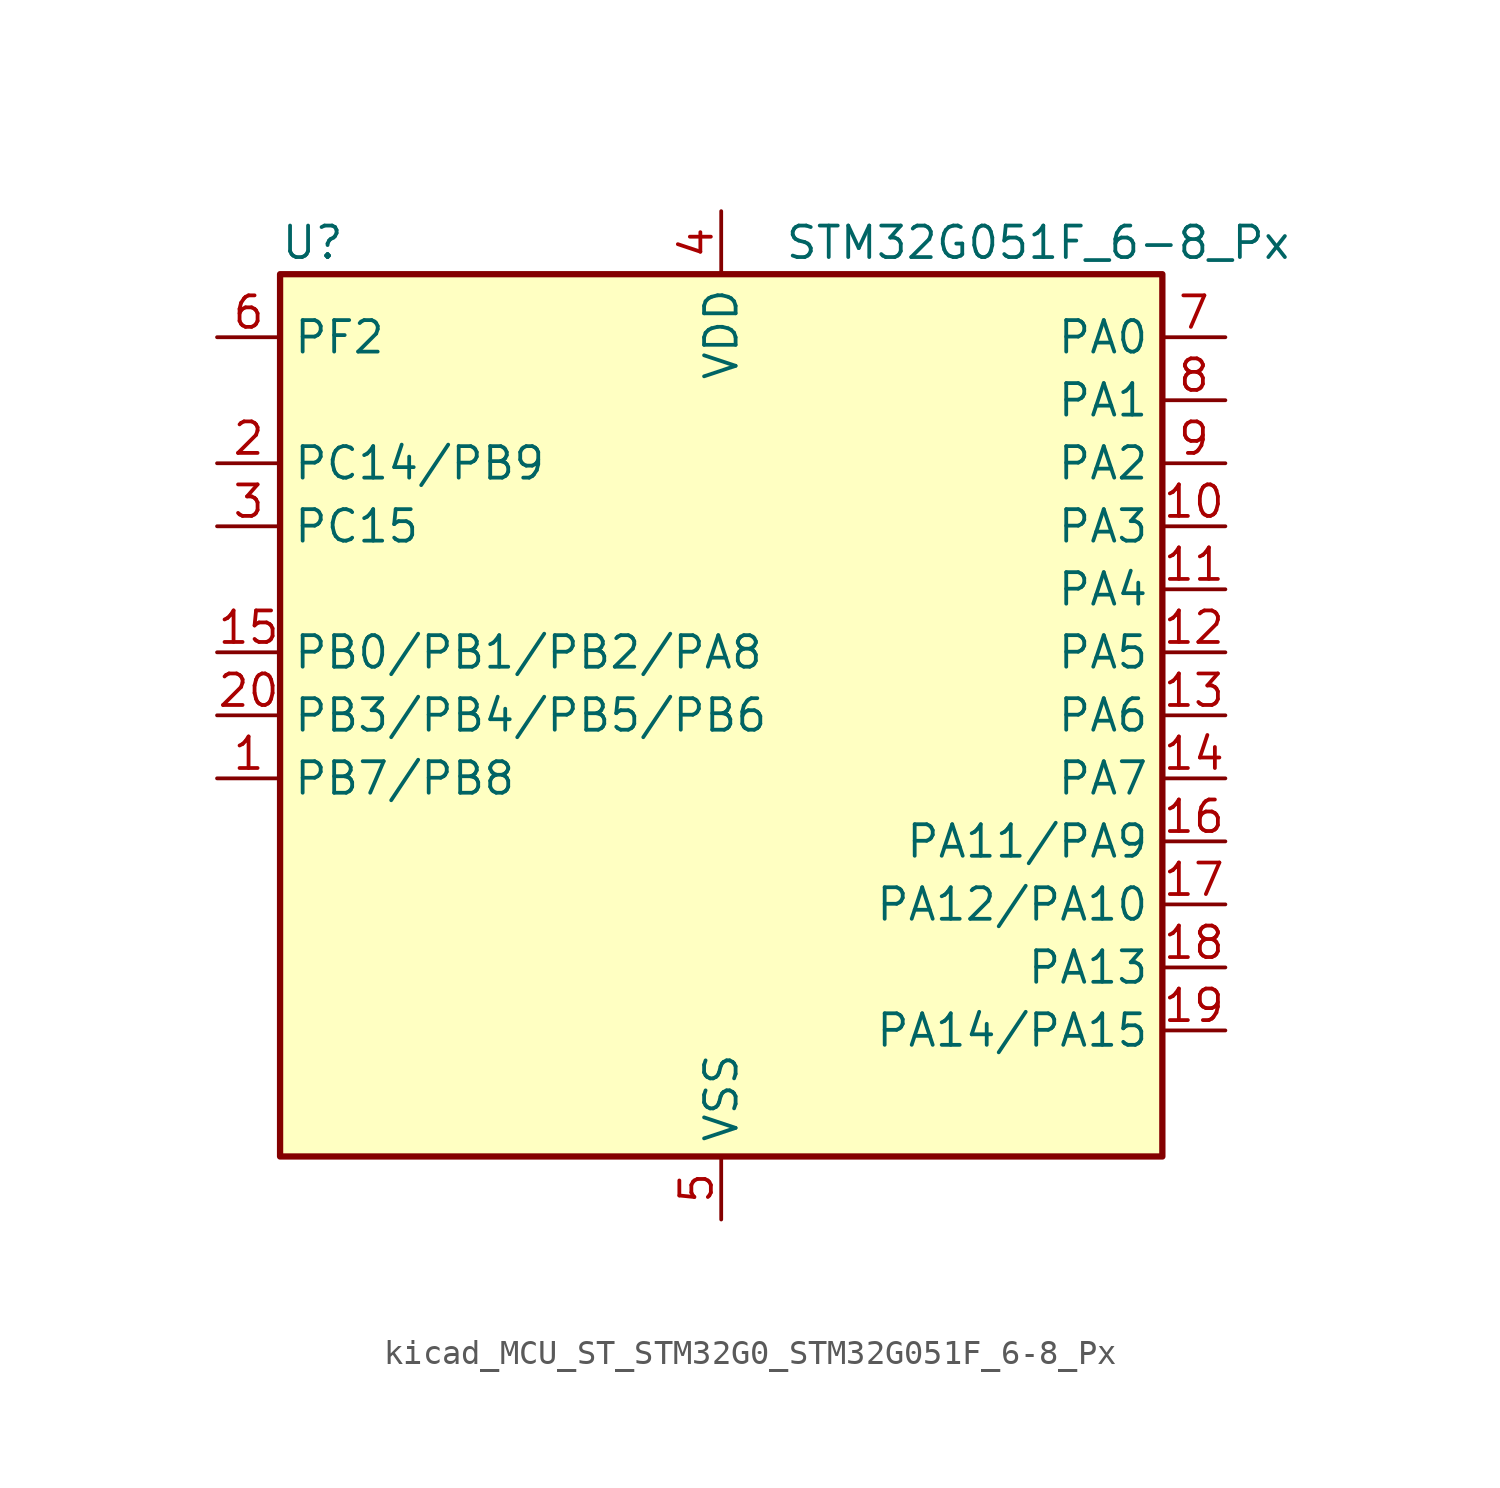
<source format=kicad_sym>
(kicad_symbol_lib
  (version 20220914)
  (generator kicad_symbol_editor)
  (symbol "kicad_MCU_ST_STM32G0_STM32G051F_6-8_Px"
    (property "Reference" "U"
      (at -17.78 19.05 0)
      (effects (font (size 1.27 1.27)) (justify left)))
    (property "Value" "STM32G051F_6-8_Px"
      (at 2.54 19.05 0)
      (effects (font (size 1.27 1.27)) (justify left)))
    (property "ki_locked" ""
      (at 0 0 0)
      (effects (font (size 1.27 1.27))))
    (symbol "kicad_MCU_ST_STM32G0_STM32G051F_6-8_Px_0_1"
      (rectangle (start -17.78 -17.78) (end 17.78 17.78) (stroke (width 0.254) (type default)) (fill (type background))))
    (symbol "kicad_MCU_ST_STM32G0_STM32G051F_6-8_Px_1_1"
      (pin bidirectional line (at -20.32 -2.54 0) (length 2.54) (name "PB7/PB8" (effects (font (size 1.27 1.27)))) (number "1" (effects (font (size 1.27 1.27)))) (alternate "ADC1_IN11" bidirectional line) (alternate "COMP2_INM" bidirectional line) (alternate "I2C1_SDA" bidirectional line) (alternate "LPTIM1_IN2" bidirectional line) (alternate "SPI2_MOSI" bidirectional line) (alternate "SYS_PVD_IN" bidirectional line) (alternate "TIM17_CH1N" bidirectional line) (alternate "USART1_RX" bidirectional line))
      (pin bidirectional line (at 20.32 7.62 180) (length 2.54) (name "PA3" (effects (font (size 1.27 1.27)))) (number "10" (effects (font (size 1.27 1.27)))) (alternate "ADC1_IN3" bidirectional line) (alternate "COMP2_INP" bidirectional line) (alternate "LPUART1_RX" bidirectional line) (alternate "SPI2_MISO" bidirectional line) (alternate "TIM15_CH2" bidirectional line) (alternate "TIM2_CH4" bidirectional line) (alternate "USART2_RX" bidirectional line))
      (pin bidirectional line (at 20.32 5.08 180) (length 2.54) (name "PA4" (effects (font (size 1.27 1.27)))) (number "11" (effects (font (size 1.27 1.27)))) (alternate "ADC1_IN4" bidirectional line) (alternate "DAC1_OUT1" bidirectional line) (alternate "I2S1_WS" bidirectional line) (alternate "LPTIM2_OUT" bidirectional line) (alternate "RTC_OUT1" bidirectional line) (alternate "RTC_TAMP_IN1" bidirectional line) (alternate "RTC_TS" bidirectional line) (alternate "SPI1_NSS" bidirectional line) (alternate "SPI2_MOSI" bidirectional line) (alternate "SYS_WKUP2" bidirectional line) (alternate "TIM14_CH1" bidirectional line))
      (pin bidirectional line (at 20.32 2.54 180) (length 2.54) (name "PA5" (effects (font (size 1.27 1.27)))) (number "12" (effects (font (size 1.27 1.27)))) (alternate "ADC1_IN5" bidirectional line) (alternate "DAC1_OUT2" bidirectional line) (alternate "I2S1_CK" bidirectional line) (alternate "LPTIM2_ETR" bidirectional line) (alternate "SPI1_SCK" bidirectional line) (alternate "TIM2_CH1" bidirectional line) (alternate "TIM2_ETR" bidirectional line))
      (pin bidirectional line (at 20.32 0 180) (length 2.54) (name "PA6" (effects (font (size 1.27 1.27)))) (number "13" (effects (font (size 1.27 1.27)))) (alternate "ADC1_IN6" bidirectional line) (alternate "COMP1_OUT" bidirectional line) (alternate "I2S1_MCK" bidirectional line) (alternate "LPUART1_CTS" bidirectional line) (alternate "SPI1_MISO" bidirectional line) (alternate "TIM16_CH1" bidirectional line) (alternate "TIM1_BK" bidirectional line) (alternate "TIM3_CH1" bidirectional line))
      (pin bidirectional line (at 20.32 -2.54 180) (length 2.54) (name "PA7" (effects (font (size 1.27 1.27)))) (number "14" (effects (font (size 1.27 1.27)))) (alternate "ADC1_IN7" bidirectional line) (alternate "COMP2_OUT" bidirectional line) (alternate "I2S1_SD" bidirectional line) (alternate "SPI1_MOSI" bidirectional line) (alternate "TIM14_CH1" bidirectional line) (alternate "TIM17_CH1" bidirectional line) (alternate "TIM1_CH1N" bidirectional line) (alternate "TIM3_CH2" bidirectional line))
      (pin bidirectional line (at -20.32 2.54 0) (length 2.54) (name "PB0/PB1/PB2/PA8" (effects (font (size 1.27 1.27)))) (number "15" (effects (font (size 1.27 1.27)))) (alternate "ADC1_IN8" bidirectional line) (alternate "COMP1_OUT" bidirectional line) (alternate "I2S1_WS" bidirectional line) (alternate "LPTIM1_OUT" bidirectional line) (alternate "SPI1_NSS" bidirectional line) (alternate "TIM1_CH2N" bidirectional line) (alternate "TIM3_CH3" bidirectional line))
      (pin bidirectional line (at 20.32 -5.08 180) (length 2.54) (name "PA11/PA9" (effects (font (size 1.27 1.27)))) (number "16" (effects (font (size 1.27 1.27)))) (alternate "ADC1_EXTI11" bidirectional line) (alternate "ADC1_IN15" bidirectional line) (alternate "COMP1_OUT" bidirectional line) (alternate "I2C2_SCL" bidirectional line) (alternate "I2S1_MCK" bidirectional line) (alternate "SPI1_MISO" bidirectional line) (alternate "TIM1_BK2" bidirectional line) (alternate "TIM1_CH4" bidirectional line) (alternate "USART1_CTS" bidirectional line) (alternate "USART1_NSS" bidirectional line))
      (pin bidirectional line (at 20.32 -7.62 180) (length 2.54) (name "PA12/PA10" (effects (font (size 1.27 1.27)))) (number "17" (effects (font (size 1.27 1.27)))) (alternate "ADC1_IN16" bidirectional line) (alternate "COMP2_OUT" bidirectional line) (alternate "I2C2_SDA" bidirectional line) (alternate "I2S1_SD" bidirectional line) (alternate "I2S_CKIN" bidirectional line) (alternate "SPI1_MOSI" bidirectional line) (alternate "TIM1_ETR" bidirectional line) (alternate "USART1_CK" bidirectional line) (alternate "USART1_DE" bidirectional line) (alternate "USART1_RTS" bidirectional line))
      (pin bidirectional line (at 20.32 -10.16 180) (length 2.54) (name "PA13" (effects (font (size 1.27 1.27)))) (number "18" (effects (font (size 1.27 1.27)))) (alternate "ADC1_IN17" bidirectional line) (alternate "IR_OUT" bidirectional line) (alternate "SYS_SWDIO" bidirectional line))
      (pin bidirectional line (at 20.32 -12.7 180) (length 2.54) (name "PA14/PA15" (effects (font (size 1.27 1.27)))) (number "19" (effects (font (size 1.27 1.27)))) (alternate "ADC1_IN18" bidirectional line) (alternate "SYS_SWCLK" bidirectional line) (alternate "USART2_TX" bidirectional line))
      (pin bidirectional line (at -20.32 10.16 0) (length 2.54) (name "PC14/PB9" (effects (font (size 1.27 1.27)))) (number "2" (effects (font (size 1.27 1.27)))) (alternate "RCC_OSC32_IN" bidirectional line) (alternate "RCC_OSC_IN" bidirectional line) (alternate "TIM1_BK2" bidirectional line))
      (pin bidirectional line (at -20.32 0 0) (length 2.54) (name "PB3/PB4/PB5/PB6" (effects (font (size 1.27 1.27)))) (number "20" (effects (font (size 1.27 1.27)))) (alternate "COMP2_INM" bidirectional line) (alternate "I2S1_CK" bidirectional line) (alternate "SPI1_SCK" bidirectional line) (alternate "TIM1_CH2" bidirectional line) (alternate "TIM2_CH2" bidirectional line) (alternate "USART1_CK" bidirectional line) (alternate "USART1_DE" bidirectional line) (alternate "USART1_RTS" bidirectional line))
      (pin bidirectional line (at -20.32 7.62 0) (length 2.54) (name "PC15" (effects (font (size 1.27 1.27)))) (number "3" (effects (font (size 1.27 1.27)))) (alternate "RCC_OSC32_EN" bidirectional line) (alternate "RCC_OSC32_OUT" bidirectional line) (alternate "RCC_OSC_EN" bidirectional line) (alternate "TIM15_BK" bidirectional line))
      (pin power_in line (at 0 20.32 270) (length 2.54) (name "VDD" (effects (font (size 1.27 1.27)))) (number "4" (effects (font (size 1.27 1.27)))))
      (pin power_in line (at 0 -20.32 90) (length 2.54) (name "VSS" (effects (font (size 1.27 1.27)))) (number "5" (effects (font (size 1.27 1.27)))))
      (pin bidirectional line (at -20.32 15.24 0) (length 2.54) (name "PF2" (effects (font (size 1.27 1.27)))) (number "6" (effects (font (size 1.27 1.27)))) (alternate "RCC_MCO" bidirectional line))
      (pin bidirectional line (at 20.32 15.24 180) (length 2.54) (name "PA0" (effects (font (size 1.27 1.27)))) (number "7" (effects (font (size 1.27 1.27)))) (alternate "ADC1_IN0" bidirectional line) (alternate "COMP1_INM" bidirectional line) (alternate "COMP1_OUT" bidirectional line) (alternate "LPTIM1_OUT" bidirectional line) (alternate "RTC_TAMP_IN2" bidirectional line) (alternate "SPI2_SCK" bidirectional line) (alternate "SYS_WKUP1" bidirectional line) (alternate "TIM2_CH1" bidirectional line) (alternate "TIM2_ETR" bidirectional line) (alternate "USART2_CTS" bidirectional line) (alternate "USART2_NSS" bidirectional line))
      (pin bidirectional line (at 20.32 12.7 180) (length 2.54) (name "PA1" (effects (font (size 1.27 1.27)))) (number "8" (effects (font (size 1.27 1.27)))) (alternate "ADC1_IN1" bidirectional line) (alternate "COMP1_INP" bidirectional line) (alternate "I2C1_SMBA" bidirectional line) (alternate "I2S1_CK" bidirectional line) (alternate "SPI1_SCK" bidirectional line) (alternate "TIM15_CH1N" bidirectional line) (alternate "TIM2_CH2" bidirectional line) (alternate "USART2_CK" bidirectional line) (alternate "USART2_DE" bidirectional line) (alternate "USART2_RTS" bidirectional line))
      (pin bidirectional line (at 20.32 10.16 180) (length 2.54) (name "PA2" (effects (font (size 1.27 1.27)))) (number "9" (effects (font (size 1.27 1.27)))) (alternate "ADC1_IN2" bidirectional line) (alternate "COMP2_INM" bidirectional line) (alternate "COMP2_OUT" bidirectional line) (alternate "I2S1_SD" bidirectional line) (alternate "LPUART1_TX" bidirectional line) (alternate "RCC_LSCO" bidirectional line) (alternate "SPI1_MOSI" bidirectional line) (alternate "SYS_WKUP4" bidirectional line) (alternate "TIM15_CH1" bidirectional line) (alternate "TIM2_CH3" bidirectional line) (alternate "USART2_TX" bidirectional line)))))
</source>
